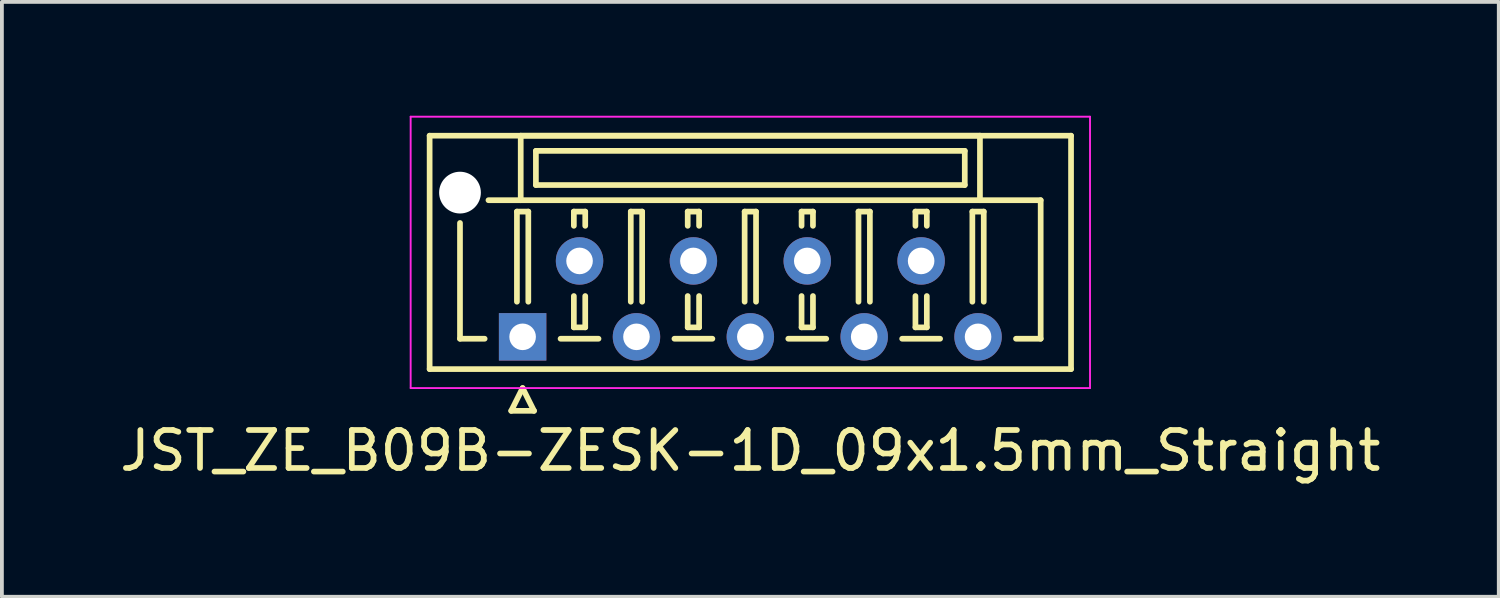
<source format=kicad_pcb>
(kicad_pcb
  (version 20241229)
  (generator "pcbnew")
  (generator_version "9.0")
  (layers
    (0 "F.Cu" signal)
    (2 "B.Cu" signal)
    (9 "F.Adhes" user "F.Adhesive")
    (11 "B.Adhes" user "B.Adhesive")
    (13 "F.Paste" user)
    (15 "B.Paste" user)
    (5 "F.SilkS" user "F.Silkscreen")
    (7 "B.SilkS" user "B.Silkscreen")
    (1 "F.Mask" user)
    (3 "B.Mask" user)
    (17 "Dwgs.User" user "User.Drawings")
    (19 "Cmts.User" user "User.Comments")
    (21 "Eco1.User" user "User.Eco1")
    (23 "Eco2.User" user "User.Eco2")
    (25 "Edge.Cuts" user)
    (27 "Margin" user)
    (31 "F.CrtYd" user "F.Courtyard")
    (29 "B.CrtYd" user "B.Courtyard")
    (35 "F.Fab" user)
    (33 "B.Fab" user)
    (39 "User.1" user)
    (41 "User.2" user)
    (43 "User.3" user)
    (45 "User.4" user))
  (footprint "JST_ZE_B09B-ZESK-1D_09x1.5mm_Straight"
    (layer "F.Cu")
    (at 10.72 5.825)
    (property "Reference" "JST_ZE_B09B-ZESK-1D_09x1.5mm_Straight" (at 6 3 0) (layer "F.SilkS") (effects (font (size 1 1) (thickness 0.15))))
    (attr through_hole)
    (fp_line (start -2.45 -5.3) (end -2.45 0.85) (stroke (width 0.15) (type solid)) (layer "F.SilkS"))
    (fp_line (start -2.45 0.85) (end 14.45 0.85) (stroke (width 0.15) (type solid)) (layer "F.SilkS"))
    (fp_line (start -1.65 -3) (end -1.65 0.05) (stroke (width 0.15) (type solid)) (layer "F.SilkS"))
    (fp_line (start -1.65 0.05) (end -1 0.05) (stroke (width 0.15) (type solid)) (layer "F.SilkS"))
    (fp_line (start -0.3 1.95) (end 0 1.35) (stroke (width 0.15) (type solid)) (layer "F.SilkS"))
    (fp_line (start -0.15 -3.3) (end 0.15 -3.3) (stroke (width 0.15) (type solid)) (layer "F.SilkS"))
    (fp_line (start -0.15 -0.925) (end -0.15 -3.3) (stroke (width 0.15) (type solid)) (layer "F.SilkS"))
    (fp_line (start -0.05 -5.3) (end -0.05 -3.6) (stroke (width 0.15) (type solid)) (layer "F.SilkS"))
    (fp_line (start -0.05 -3.6) (end -0.9 -3.6) (stroke (width 0.15) (type solid)) (layer "F.SilkS"))
    (fp_line (start -0.05 -3.6) (end 12.05 -3.6) (stroke (width 0.15) (type solid)) (layer "F.SilkS"))
    (fp_line (start 0 1.35) (end 0.3 1.95) (stroke (width 0.15) (type solid)) (layer "F.SilkS"))
    (fp_line (start 0.15 -3.3) (end 0.15 -0.925) (stroke (width 0.15) (type solid)) (layer "F.SilkS"))
    (fp_line (start 0.3 1.95) (end -0.3 1.95) (stroke (width 0.15) (type solid)) (layer "F.SilkS"))
    (fp_line (start 0.35 -4.9) (end 0.35 -4) (stroke (width 0.15) (type solid)) (layer "F.SilkS"))
    (fp_line (start 0.35 -4) (end 11.65 -4) (stroke (width 0.15) (type solid)) (layer "F.SilkS"))
    (fp_line (start 1 0.05) (end 2 0.05) (stroke (width 0.15) (type solid)) (layer "F.SilkS"))
    (fp_line (start 1.35 -3.3) (end 1.65 -3.3) (stroke (width 0.15) (type solid)) (layer "F.SilkS"))
    (fp_line (start 1.35 -2.925) (end 1.35 -3.3) (stroke (width 0.15) (type solid)) (layer "F.SilkS"))
    (fp_line (start 1.35 -1.075) (end 1.35 -0.25) (stroke (width 0.15) (type solid)) (layer "F.SilkS"))
    (fp_line (start 1.35 -0.25) (end 1.65 -0.25) (stroke (width 0.15) (type solid)) (layer "F.SilkS"))
    (fp_line (start 1.65 -3.3) (end 1.65 -2.925) (stroke (width 0.15) (type solid)) (layer "F.SilkS"))
    (fp_line (start 1.65 -0.25) (end 1.65 -1.075) (stroke (width 0.15) (type solid)) (layer "F.SilkS"))
    (fp_line (start 2.85 -3.3) (end 3.15 -3.3) (stroke (width 0.15) (type solid)) (layer "F.SilkS"))
    (fp_line (start 2.85 -0.925) (end 2.85 -3.3) (stroke (width 0.15) (type solid)) (layer "F.SilkS"))
    (fp_line (start 3.15 -3.3) (end 3.15 -0.925) (stroke (width 0.15) (type solid)) (layer "F.SilkS"))
    (fp_line (start 4 0.05) (end 5 0.05) (stroke (width 0.15) (type solid)) (layer "F.SilkS"))
    (fp_line (start 4.35 -3.3) (end 4.65 -3.3) (stroke (width 0.15) (type solid)) (layer "F.SilkS"))
    (fp_line (start 4.35 -2.925) (end 4.35 -3.3) (stroke (width 0.15) (type solid)) (layer "F.SilkS"))
    (fp_line (start 4.35 -1.075) (end 4.35 -0.25) (stroke (width 0.15) (type solid)) (layer "F.SilkS"))
    (fp_line (start 4.35 -0.25) (end 4.65 -0.25) (stroke (width 0.15) (type solid)) (layer "F.SilkS"))
    (fp_line (start 4.65 -3.3) (end 4.65 -2.925) (stroke (width 0.15) (type solid)) (layer "F.SilkS"))
    (fp_line (start 4.65 -0.25) (end 4.65 -1.075) (stroke (width 0.15) (type solid)) (layer "F.SilkS"))
    (fp_line (start 5.85 -3.3) (end 6.15 -3.3) (stroke (width 0.15) (type solid)) (layer "F.SilkS"))
    (fp_line (start 5.85 -0.925) (end 5.85 -3.3) (stroke (width 0.15) (type solid)) (layer "F.SilkS"))
    (fp_line (start 6.15 -3.3) (end 6.15 -0.925) (stroke (width 0.15) (type solid)) (layer "F.SilkS"))
    (fp_line (start 7 0.05) (end 8 0.05) (stroke (width 0.15) (type solid)) (layer "F.SilkS"))
    (fp_line (start 7.35 -3.3) (end 7.65 -3.3) (stroke (width 0.15) (type solid)) (layer "F.SilkS"))
    (fp_line (start 7.35 -2.925) (end 7.35 -3.3) (stroke (width 0.15) (type solid)) (layer "F.SilkS"))
    (fp_line (start 7.35 -1.075) (end 7.35 -0.25) (stroke (width 0.15) (type solid)) (layer "F.SilkS"))
    (fp_line (start 7.35 -0.25) (end 7.65 -0.25) (stroke (width 0.15) (type solid)) (layer "F.SilkS"))
    (fp_line (start 7.65 -3.3) (end 7.65 -2.925) (stroke (width 0.15) (type solid)) (layer "F.SilkS"))
    (fp_line (start 7.65 -0.25) (end 7.65 -1.075) (stroke (width 0.15) (type solid)) (layer "F.SilkS"))
    (fp_line (start 8.85 -3.3) (end 9.15 -3.3) (stroke (width 0.15) (type solid)) (layer "F.SilkS"))
    (fp_line (start 8.85 -0.925) (end 8.85 -3.3) (stroke (width 0.15) (type solid)) (layer "F.SilkS"))
    (fp_line (start 9.15 -3.3) (end 9.15 -0.925) (stroke (width 0.15) (type solid)) (layer "F.SilkS"))
    (fp_line (start 10 0.05) (end 11 0.05) (stroke (width 0.15) (type solid)) (layer "F.SilkS"))
    (fp_line (start 10.35 -3.3) (end 10.65 -3.3) (stroke (width 0.15) (type solid)) (layer "F.SilkS"))
    (fp_line (start 10.35 -2.925) (end 10.35 -3.3) (stroke (width 0.15) (type solid)) (layer "F.SilkS"))
    (fp_line (start 10.35 -1.075) (end 10.35 -0.25) (stroke (width 0.15) (type solid)) (layer "F.SilkS"))
    (fp_line (start 10.35 -0.25) (end 10.65 -0.25) (stroke (width 0.15) (type solid)) (layer "F.SilkS"))
    (fp_line (start 10.65 -3.3) (end 10.65 -2.925) (stroke (width 0.15) (type solid)) (layer "F.SilkS"))
    (fp_line (start 10.65 -0.25) (end 10.65 -1.075) (stroke (width 0.15) (type solid)) (layer "F.SilkS"))
    (fp_line (start 11.65 -4.9) (end 0.35 -4.9) (stroke (width 0.15) (type solid)) (layer "F.SilkS"))
    (fp_line (start 11.65 -4) (end 11.65 -4.9) (stroke (width 0.15) (type solid)) (layer "F.SilkS"))
    (fp_line (start 11.85 -3.3) (end 12.15 -3.3) (stroke (width 0.15) (type solid)) (layer "F.SilkS"))
    (fp_line (start 11.85 -0.925) (end 11.85 -3.3) (stroke (width 0.15) (type solid)) (layer "F.SilkS"))
    (fp_line (start 12.05 -5.3) (end -0.05 -5.3) (stroke (width 0.15) (type solid)) (layer "F.SilkS"))
    (fp_line (start 12.05 -3.6) (end 12.05 -5.3) (stroke (width 0.15) (type solid)) (layer "F.SilkS"))
    (fp_line (start 12.05 -3.6) (end 13.65 -3.6) (stroke (width 0.15) (type solid)) (layer "F.SilkS"))
    (fp_line (start 12.15 -3.3) (end 12.15 -0.925) (stroke (width 0.15) (type solid)) (layer "F.SilkS"))
    (fp_line (start 13.65 -3.6) (end 13.65 0.05) (stroke (width 0.15) (type solid)) (layer "F.SilkS"))
    (fp_line (start 13.65 0.05) (end 13 0.05) (stroke (width 0.15) (type solid)) (layer "F.SilkS"))
    (fp_line (start 14.45 -5.3) (end -2.45 -5.3) (stroke (width 0.15) (type solid)) (layer "F.SilkS"))
    (fp_line (start 14.45 0.85) (end 14.45 -5.3) (stroke (width 0.15) (type solid)) (layer "F.SilkS"))
    (fp_line (start -2.95 -5.8) (end -2.95 1.35) (stroke (width 0.05) (type solid)) (layer "F.CrtYd"))
    (fp_line (start -2.95 1.35) (end 14.95 1.35) (stroke (width 0.05) (type solid)) (layer "F.CrtYd"))
    (fp_line (start 14.95 -5.8) (end -2.95 -5.8) (stroke (width 0.05) (type solid)) (layer "F.CrtYd"))
    (fp_line (start 14.95 1.35) (end 14.95 -5.8) (stroke (width 0.05) (type solid)) (layer "F.CrtYd"))
    (pad "" np_thru_hole circle (at -1.65 -3.8) (size 1.1 1.1) (drill 1.1) (layers "*.Cu"))
    (pad "1" thru_hole rect (at 0 0) (size 1.25 1.25) (drill 0.7) (layers "*.Cu" "*.Mask"))
    (pad "2" thru_hole circle (at 1.5 -2) (size 1.25 1.25) (drill 0.7) (layers "*.Cu" "*.Mask"))
    (pad "3" thru_hole circle (at 3 0) (size 1.25 1.25) (drill 0.7) (layers "*.Cu" "*.Mask"))
    (pad "4" thru_hole circle (at 4.5 -2) (size 1.25 1.25) (drill 0.7) (layers "*.Cu" "*.Mask"))
    (pad "5" thru_hole circle (at 6 0) (size 1.25 1.25) (drill 0.7) (layers "*.Cu" "*.Mask"))
    (pad "6" thru_hole circle (at 7.5 -2) (size 1.25 1.25) (drill 0.7) (layers "*.Cu" "*.Mask"))
    (pad "7" thru_hole circle (at 9 0) (size 1.25 1.25) (drill 0.7) (layers "*.Cu" "*.Mask"))
    (pad "8" thru_hole circle (at 10.5 -2) (size 1.25 1.25) (drill 0.7) (layers "*.Cu" "*.Mask"))
    (pad "9" thru_hole circle (at 12 0) (size 1.25 1.25) (drill 0.7) (layers "*.Cu" "*.Mask")))
  (gr_rect
    (start -3 -3)
    (end 36.44 12.673)
    (stroke (width 0.1) (type default))
    (fill no)
    (layer "Edge.Cuts")))
</source>
